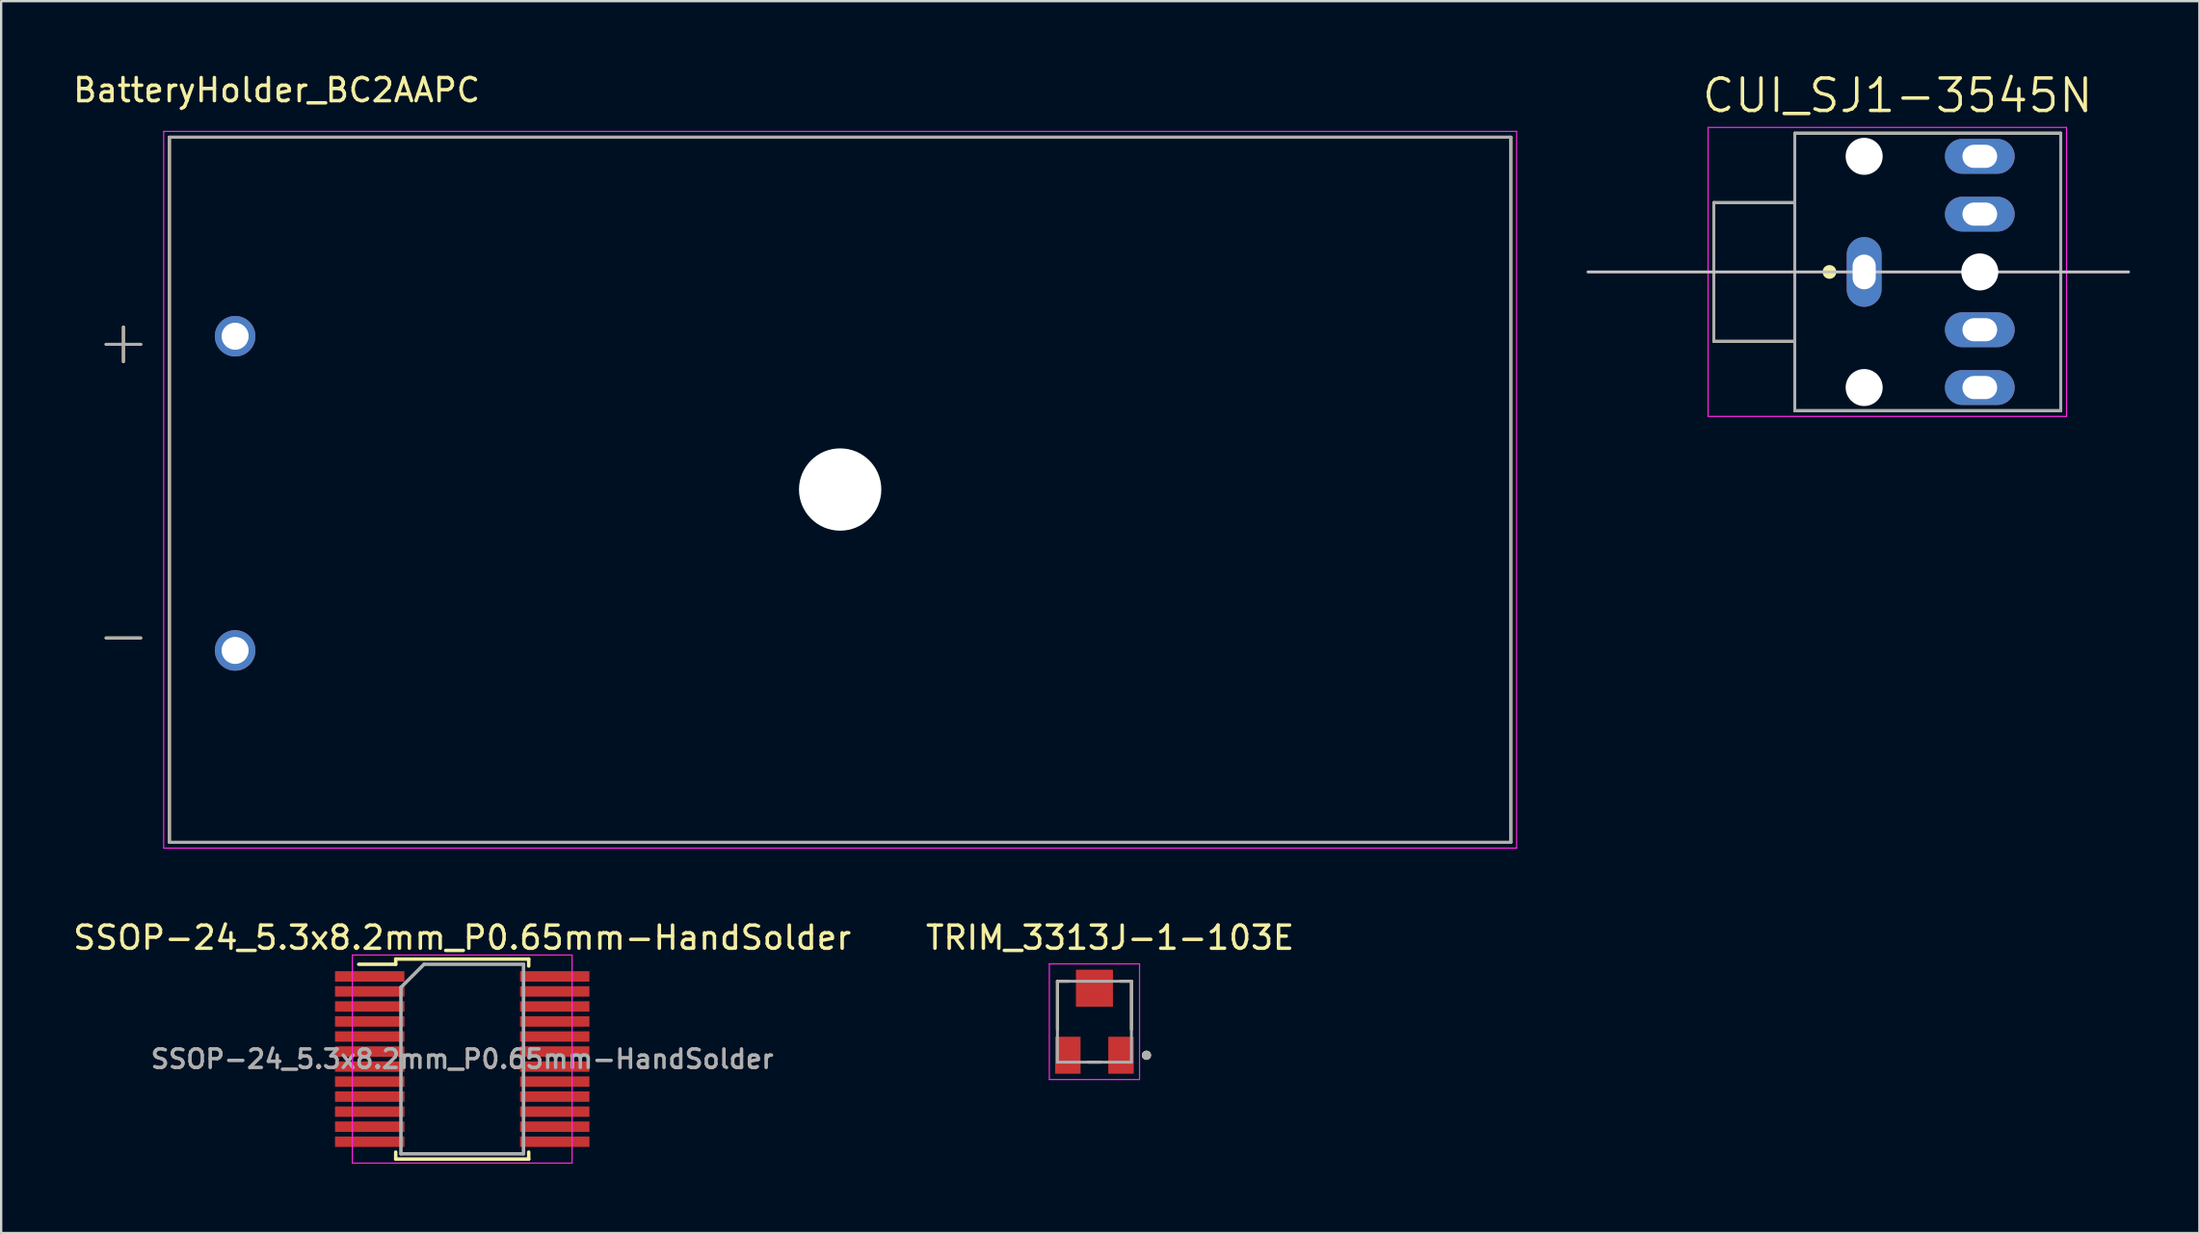
<source format=kicad_pcb>
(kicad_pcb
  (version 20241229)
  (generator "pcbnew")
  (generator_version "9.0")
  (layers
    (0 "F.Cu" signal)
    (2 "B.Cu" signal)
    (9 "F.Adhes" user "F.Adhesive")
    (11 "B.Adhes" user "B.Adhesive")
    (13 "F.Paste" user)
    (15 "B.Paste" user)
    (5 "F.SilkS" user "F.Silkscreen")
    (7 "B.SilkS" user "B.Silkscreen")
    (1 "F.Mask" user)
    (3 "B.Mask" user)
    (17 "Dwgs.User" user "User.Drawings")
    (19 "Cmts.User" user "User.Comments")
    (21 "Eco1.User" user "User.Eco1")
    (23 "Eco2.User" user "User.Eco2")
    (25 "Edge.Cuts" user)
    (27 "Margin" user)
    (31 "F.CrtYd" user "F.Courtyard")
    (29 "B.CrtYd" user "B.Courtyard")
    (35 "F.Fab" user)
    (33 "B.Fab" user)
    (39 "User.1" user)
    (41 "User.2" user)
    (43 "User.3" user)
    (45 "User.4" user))
  (footprint "SSOP-24_5.3x8.2mm_P0.65mm-HandSolder"
    (layer "F.Cu")
    (at 16.935 42.757)
    (property "Reference" "SSOP-24_5.3x8.2mm_P0.65mm-HandSolder" (at 0 -5.25 0) (layer "F.SilkS") (effects (font (size 1 1) (thickness 0.15))))
    (attr smd)
    (fp_line (start -2.875 -4.325) (end -2.875 -4.1) (stroke (width 0.15) (type solid)) (layer "F.SilkS"))
    (fp_line (start -2.875 -4.325) (end 2.875 -4.325) (stroke (width 0.15) (type solid)) (layer "F.SilkS"))
    (fp_line (start -2.875 -4.1) (end -4.475 -4.1) (stroke (width 0.15) (type solid)) (layer "F.SilkS"))
    (fp_line (start -2.875 4.325) (end -2.875 4.025) (stroke (width 0.15) (type solid)) (layer "F.SilkS"))
    (fp_line (start -2.875 4.325) (end 2.875 4.325) (stroke (width 0.15) (type solid)) (layer "F.SilkS"))
    (fp_line (start 2.875 -4.325) (end 2.875 -4.025) (stroke (width 0.15) (type solid)) (layer "F.SilkS"))
    (fp_line (start 2.875 4.325) (end 2.875 4.025) (stroke (width 0.15) (type solid)) (layer "F.SilkS"))
    (fp_line (start -4.75 -4.5) (end -4.75 4.5) (stroke (width 0.05) (type solid)) (layer "F.CrtYd"))
    (fp_line (start -4.75 -4.5) (end 4.75 -4.5) (stroke (width 0.05) (type solid)) (layer "F.CrtYd"))
    (fp_line (start -4.75 4.5) (end 4.75 4.5) (stroke (width 0.05) (type solid)) (layer "F.CrtYd"))
    (fp_line (start 4.75 -4.5) (end 4.75 4.5) (stroke (width 0.05) (type solid)) (layer "F.CrtYd"))
    (fp_line (start -2.65 -3.1) (end -1.65 -4.1) (stroke (width 0.15) (type solid)) (layer "F.Fab"))
    (fp_line (start -2.65 4.1) (end -2.65 -3.1) (stroke (width 0.15) (type solid)) (layer "F.Fab"))
    (fp_line (start -1.65 -4.1) (end 2.65 -4.1) (stroke (width 0.15) (type solid)) (layer "F.Fab"))
    (fp_line (start 2.65 -4.1) (end 2.65 4.1) (stroke (width 0.15) (type solid)) (layer "F.Fab"))
    (fp_line (start 2.65 4.1) (end -2.65 4.1) (stroke (width 0.15) (type solid)) (layer "F.Fab"))
    (fp_text user "${REFERENCE}" (at 0 0 0) (layer "F.Fab") (effects (font (size 0.8 0.8) (thickness 0.15))))
    (pad "1" smd rect (at -4 -3.575) (size 3 0.45) (layers "F.Cu" "F.Mask" "F.Paste"))
    (pad "2" smd rect (at -4 -2.925) (size 3 0.45) (layers "F.Cu" "F.Mask" "F.Paste"))
    (pad "3" smd rect (at -4 -2.275) (size 3 0.45) (layers "F.Cu" "F.Mask" "F.Paste"))
    (pad "4" smd rect (at -4 -1.625) (size 3 0.45) (layers "F.Cu" "F.Mask" "F.Paste"))
    (pad "5" smd rect (at -4 -0.975) (size 3 0.45) (layers "F.Cu" "F.Mask" "F.Paste"))
    (pad "6" smd rect (at -4 -0.325) (size 3 0.45) (layers "F.Cu" "F.Mask" "F.Paste"))
    (pad "7" smd rect (at -4 0.325) (size 3 0.45) (layers "F.Cu" "F.Mask" "F.Paste"))
    (pad "8" smd rect (at -4 0.975) (size 3 0.45) (layers "F.Cu" "F.Mask" "F.Paste"))
    (pad "9" smd rect (at -4 1.625) (size 3 0.45) (layers "F.Cu" "F.Mask" "F.Paste"))
    (pad "10" smd rect (at -4 2.275) (size 3 0.45) (layers "F.Cu" "F.Mask" "F.Paste"))
    (pad "11" smd rect (at -4 2.925) (size 3 0.45) (layers "F.Cu" "F.Mask" "F.Paste"))
    (pad "12" smd rect (at -4 3.575) (size 3 0.45) (layers "F.Cu" "F.Mask" "F.Paste"))
    (pad "13" smd rect (at 4 3.575) (size 3 0.45) (layers "F.Cu" "F.Mask" "F.Paste"))
    (pad "14" smd rect (at 4 2.925) (size 3 0.45) (layers "F.Cu" "F.Mask" "F.Paste"))
    (pad "15" smd rect (at 4 2.275) (size 3 0.45) (layers "F.Cu" "F.Mask" "F.Paste"))
    (pad "16" smd rect (at 4 1.625) (size 3 0.45) (layers "F.Cu" "F.Mask" "F.Paste"))
    (pad "17" smd rect (at 4 0.975) (size 3 0.45) (layers "F.Cu" "F.Mask" "F.Paste"))
    (pad "18" smd rect (at 4 0.325) (size 3 0.45) (layers "F.Cu" "F.Mask" "F.Paste"))
    (pad "19" smd rect (at 4 -0.325) (size 3 0.45) (layers "F.Cu" "F.Mask" "F.Paste"))
    (pad "20" smd rect (at 4 -0.975) (size 3 0.45) (layers "F.Cu" "F.Mask" "F.Paste"))
    (pad "21" smd rect (at 4 -1.625) (size 3 0.45) (layers "F.Cu" "F.Mask" "F.Paste"))
    (pad "22" smd rect (at 4 -2.275) (size 3 0.45) (layers "F.Cu" "F.Mask" "F.Paste"))
    (pad "23" smd rect (at 4 -2.925) (size 3 0.45) (layers "F.Cu" "F.Mask" "F.Paste"))
    (pad "24" smd rect (at 4 -3.575) (size 3 0.45) (layers "F.Cu" "F.Mask" "F.Paste")))
  (footprint "BatteryHolder_BC2AAPC"
    (layer "F.Cu")
    (at 33.276 18.133)
    (property "Reference" "BatteryHolder_BC2AAPC" (at -24.365 -17.285 0) (layer "F.SilkS") (effects (font (size 1 1) (thickness 0.15))))
    (attr through_hole)
    (fp_line (start -31.74 -6.29) (end -30.24 -6.29) (stroke (width 0.127) (type solid)) (layer "F.SilkS"))
    (fp_line (start -31.74 6.41) (end -30.24 6.41) (stroke (width 0.127) (type solid)) (layer "F.SilkS"))
    (fp_line (start -30.99 -5.54) (end -30.99 -7.04) (stroke (width 0.127) (type solid)) (layer "F.SilkS"))
    (fp_line (start -29 -15.25) (end 29 -15.25) (stroke (width 0.127) (type solid)) (layer "F.SilkS"))
    (fp_line (start -29 15.25) (end -29 -15.25) (stroke (width 0.127) (type solid)) (layer "F.SilkS"))
    (fp_line (start 29 -15.25) (end 29 15.25) (stroke (width 0.127) (type solid)) (layer "F.SilkS"))
    (fp_line (start 29 15.25) (end -29 15.25) (stroke (width 0.127) (type solid)) (layer "F.SilkS"))
    (fp_line (start -29.25 -15.5) (end -29.25 15.5) (stroke (width 0.05) (type solid)) (layer "F.CrtYd"))
    (fp_line (start -29.25 15.5) (end 29.25 15.5) (stroke (width 0.05) (type solid)) (layer "F.CrtYd"))
    (fp_line (start 29.25 -15.5) (end -29.25 -15.5) (stroke (width 0.05) (type solid)) (layer "F.CrtYd"))
    (fp_line (start 29.25 15.5) (end 29.25 -15.5) (stroke (width 0.05) (type solid)) (layer "F.CrtYd"))
    (fp_line (start -31.74 -6.29) (end -30.24 -6.29) (stroke (width 0.127) (type solid)) (layer "F.Fab"))
    (fp_line (start -31.74 6.41) (end -30.24 6.41) (stroke (width 0.127) (type solid)) (layer "F.Fab"))
    (fp_line (start -30.99 -5.54) (end -30.99 -7.04) (stroke (width 0.127) (type solid)) (layer "F.Fab"))
    (fp_line (start -29 -15.25) (end 29 -15.25) (stroke (width 0.127) (type solid)) (layer "F.Fab"))
    (fp_line (start -29 15.25) (end -29 -15.25) (stroke (width 0.127) (type solid)) (layer "F.Fab"))
    (fp_line (start 29 -15.25) (end 29 15.25) (stroke (width 0.127) (type solid)) (layer "F.Fab"))
    (fp_line (start 29 15.25) (end -29 15.25) (stroke (width 0.127) (type solid)) (layer "F.Fab"))
    (pad "" np_thru_hole circle (at 0 -0.01) (size 3.56 3.56) (drill 3.56) (layers "*.Cu" "*.Mask"))
    (pad "1" thru_hole circle (at -26.16 -6.64) (size 1.755 1.755) (drill 1.17) (layers "*.Cu" "*.Mask"))
    (pad "2" thru_hole circle (at -26.16 6.95) (size 1.755 1.755) (drill 1.17) (layers "*.Cu" "*.Mask")))
  (footprint "CUI_SJ1-3545N"
    (layer "F.Cu")
    (at 77.552 8.712)
    (property "Reference" "CUI_SJ1-3545N" (at 1.447 -7.629 0) (layer "F.SilkS") (effects (font (size 1.402 1.402) (thickness 0.15))))
    (attr through_hole)
    (fp_line (start -6.5 -3) (end -6.5 3) (stroke (width 0.127) (type solid)) (layer "F.SilkS"))
    (fp_line (start -6.5 3) (end -3 3) (stroke (width 0.127) (type solid)) (layer "F.SilkS"))
    (fp_line (start -3 -6) (end -3 -3) (stroke (width 0.127) (type solid)) (layer "F.SilkS"))
    (fp_line (start -3 -6) (end 8.5 -6) (stroke (width 0.127) (type solid)) (layer "F.SilkS"))
    (fp_line (start -3 -3) (end -6.5 -3) (stroke (width 0.127) (type solid)) (layer "F.SilkS"))
    (fp_line (start -3 -3) (end -3 3) (stroke (width 0.127) (type solid)) (layer "F.SilkS"))
    (fp_line (start -3 3) (end -3 6) (stroke (width 0.127) (type solid)) (layer "F.SilkS"))
    (fp_line (start 8.5 -6) (end 8.5 6) (stroke (width 0.127) (type solid)) (layer "F.SilkS"))
    (fp_line (start 8.5 6) (end -3 6) (stroke (width 0.127) (type solid)) (layer "F.SilkS"))
    (fp_circle (center -1.5 0) (end -1.35 0) (stroke (width 0.3) (type solid)) (fill no) (layer "F.SilkS"))
    (fp_line (start -11.938 0) (end 11.43 0) (stroke (width 0.127) (type solid)) (layer "Dwgs.User"))
    (fp_line (start -6.75 -6.25) (end 8.75 -6.25) (stroke (width 0.05) (type solid)) (layer "F.CrtYd"))
    (fp_line (start -6.75 6.25) (end -6.75 -6.25) (stroke (width 0.05) (type solid)) (layer "F.CrtYd"))
    (fp_line (start 8.75 -6.25) (end 8.75 6.25) (stroke (width 0.05) (type solid)) (layer "F.CrtYd"))
    (fp_line (start 8.75 6.25) (end -6.75 6.25) (stroke (width 0.05) (type solid)) (layer "F.CrtYd"))
    (fp_line (start -6.5 -3) (end -6.5 3) (stroke (width 0.127) (type solid)) (layer "F.Fab"))
    (fp_line (start -6.5 3) (end -3 3) (stroke (width 0.127) (type solid)) (layer "F.Fab"))
    (fp_line (start -3 -6) (end 8.5 -6) (stroke (width 0.127) (type solid)) (layer "F.Fab"))
    (fp_line (start -3 -3) (end -6.5 -3) (stroke (width 0.127) (type solid)) (layer "F.Fab"))
    (fp_line (start -3 -3) (end -3 -6) (stroke (width 0.127) (type solid)) (layer "F.Fab"))
    (fp_line (start -3 3) (end -3 -3) (stroke (width 0.127) (type solid)) (layer "F.Fab"))
    (fp_line (start -3 6) (end -3 3) (stroke (width 0.127) (type solid)) (layer "F.Fab"))
    (fp_line (start 8.5 -6) (end 8.5 6) (stroke (width 0.127) (type solid)) (layer "F.Fab"))
    (fp_line (start 8.5 6) (end -3 6) (stroke (width 0.127) (type solid)) (layer "F.Fab"))
    (pad "" np_thru_hole circle (at 0 -5) (size 1.6 1.6) (drill 1.6) (layers "*.Cu" "*.Mask"))
    (pad "" np_thru_hole circle (at 0 5) (size 1.6 1.6) (drill 1.6) (layers "*.Cu" "*.Mask"))
    (pad "" np_thru_hole circle (at 5 0) (size 1.6 1.6) (drill 1.6) (layers "*.Cu" "*.Mask"))
    (pad "1" thru_hole oval (at 0 0) (size 1.508 3.016) (drill oval 1 1.5) (layers "*.Cu" "*.Mask"))
    (pad "2" thru_hole oval (at 5 5) (size 3.016 1.508) (drill oval 1.5 1) (layers "*.Cu" "*.Mask"))
    (pad "3" thru_hole oval (at 5 -5) (size 3.016 1.508) (drill oval 1.5 1) (layers "*.Cu" "*.Mask"))
    (pad "4" thru_hole oval (at 5 2.5) (size 3.016 1.508) (drill oval 1.5 1) (layers "*.Cu" "*.Mask"))
    (pad "5" thru_hole oval (at 5 -2.5) (size 3.016 1.508) (drill oval 1.5 1) (layers "*.Cu" "*.Mask")))
  (footprint "TRIM_3313J-1-103E"
    (layer "F.Cu")
    (at 44.271 41.142)
    (property "Reference" "TRIM_3313J-1-103E" (at 0.675 -3.635 0) (layer "F.SilkS") (effects (font (size 1 1) (thickness 0.15))))
    (attr through_hole)
    (fp_line (start -1.6 -1.75) (end -1.12 -1.75) (stroke (width 0.127) (type solid)) (layer "F.SilkS"))
    (fp_line (start -1.6 0.337) (end -1.6 -1.75) (stroke (width 0.127) (type solid)) (layer "F.SilkS"))
    (fp_line (start 0.286 1.75) (end -0.286 1.75) (stroke (width 0.127) (type solid)) (layer "F.SilkS"))
    (fp_line (start 1.12 -1.75) (end 1.6 -1.75) (stroke (width 0.127) (type solid)) (layer "F.SilkS"))
    (fp_line (start 1.6 -1.75) (end 1.6 0.337) (stroke (width 0.127) (type solid)) (layer "F.SilkS"))
    (fp_circle (center 2.25 1.45) (end 2.35 1.45) (stroke (width 0.2) (type solid)) (fill no) (layer "F.SilkS"))
    (fp_line (start -1.95 -2.5) (end 1.95 -2.5) (stroke (width 0.05) (type solid)) (layer "F.CrtYd"))
    (fp_line (start -1.95 2.5) (end -1.95 -2.5) (stroke (width 0.05) (type solid)) (layer "F.CrtYd"))
    (fp_line (start 1.95 -2.5) (end 1.95 2.5) (stroke (width 0.05) (type solid)) (layer "F.CrtYd"))
    (fp_line (start 1.95 2.5) (end -1.95 2.5) (stroke (width 0.05) (type solid)) (layer "F.CrtYd"))
    (fp_line (start -1.6 -1.75) (end 1.6 -1.75) (stroke (width 0.127) (type solid)) (layer "F.Fab"))
    (fp_line (start -1.6 1.75) (end -1.6 -1.75) (stroke (width 0.127) (type solid)) (layer "F.Fab"))
    (fp_line (start 1.6 -1.75) (end 1.6 1.75) (stroke (width 0.127) (type solid)) (layer "F.Fab"))
    (fp_line (start 1.6 1.75) (end -1.6 1.75) (stroke (width 0.127) (type solid)) (layer "F.Fab"))
    (fp_circle (center 2.25 1.45) (end 2.35 1.45) (stroke (width 0.2) (type solid)) (fill no) (layer "F.Fab"))
    (pad "1" smd rect (at 1.15 1.45) (size 1.1 1.6) (layers "F.Cu" "F.Mask" "F.Paste"))
    (pad "2" smd rect (at 0 -1.45) (size 1.6 1.6) (layers "F.Cu" "F.Mask" "F.Paste"))
    (pad "3" smd rect (at -1.15 1.45) (size 1.1 1.6) (layers "F.Cu" "F.Mask" "F.Paste")))
  (gr_rect
    (start -3 -3)
    (end 92.046 50.282)
    (stroke (width 0.1) (type default))
    (fill no)
    (layer "Edge.Cuts")))
</source>
